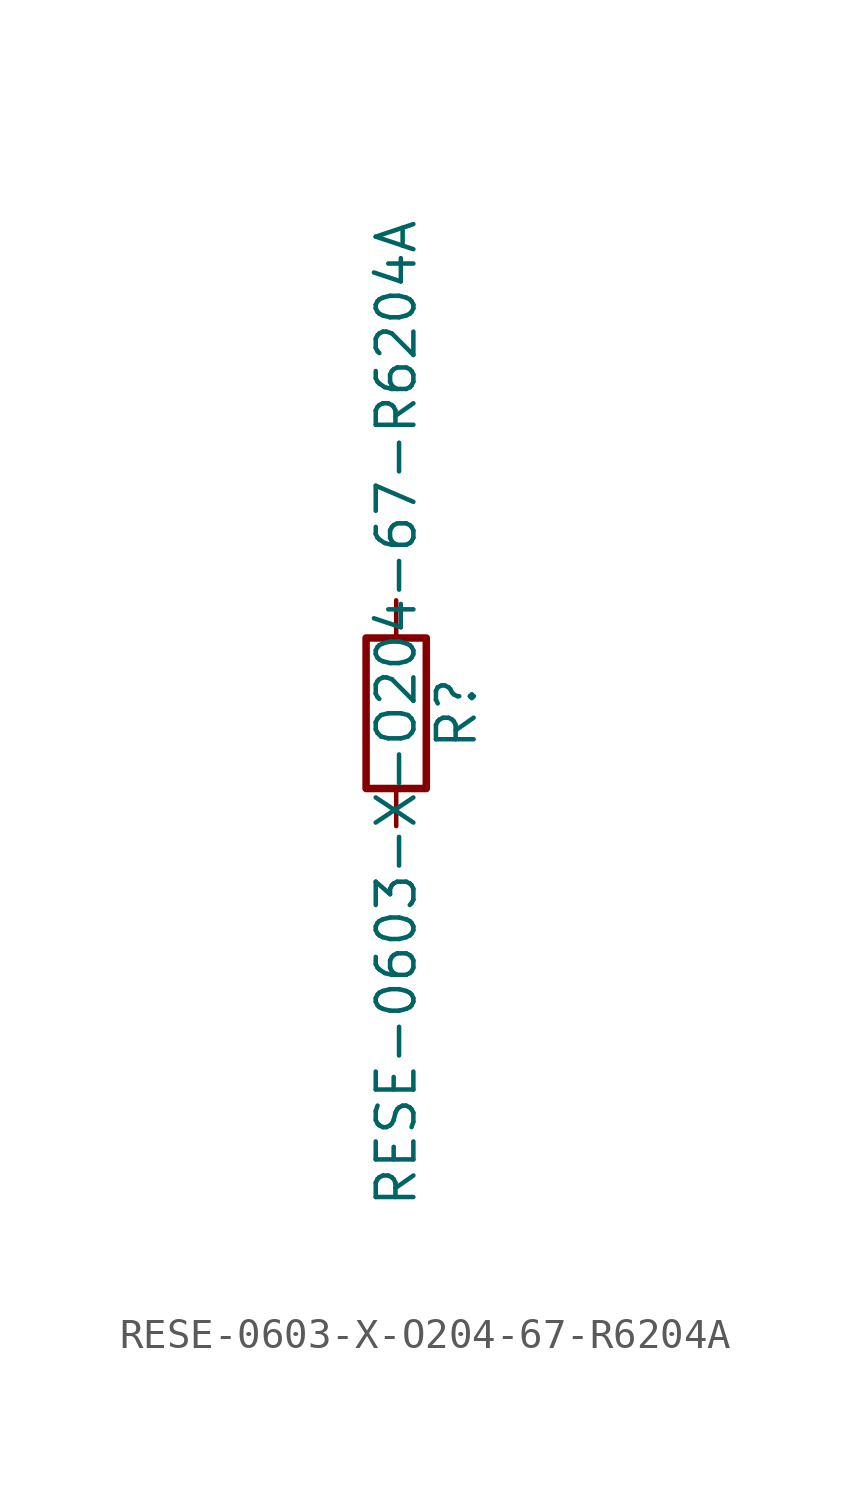
<source format=kicad_sym>
(kicad_symbol_lib
  (version 20211014)
  (generator kicad_symbol_editor)
  (symbol "RESE-0603-X-O204-67-R6204A"
    (pin_numbers hide)
    (pin_names
      (offset 0))
    (property "Reference" "R"
      (at 2.032 0 90)
      (effects (font (size 1.27 1.27))))
    (property "Value" "RESE-0603-X-O204-67-R6204A"
      (at 0 0 90)
      (effects (font (size 1.27 1.27))))
    (symbol "RESE-0603-X-O204-67-R6204A_0_1"
      (rectangle (start -1.016 -2.54) (end 1.016 2.54) (stroke (width 0.254) (type default) (color 0 0 0 0)) (fill (type none))))
    (symbol "RESE-0603-X-O204-67-R6204A_1_1"
      (pin passive line (at 0 3.81 270) (length 1.27) (name "~" (effects (font (size 1.27 1.27)))) (number "1" (effects (font (size 1.27 1.27)))))
      (pin passive line (at 0 -3.81 90) (length 1.27) (name "~" (effects (font (size 1.27 1.27)))) (number "2" (effects (font (size 1.27 1.27))))))))
</source>
